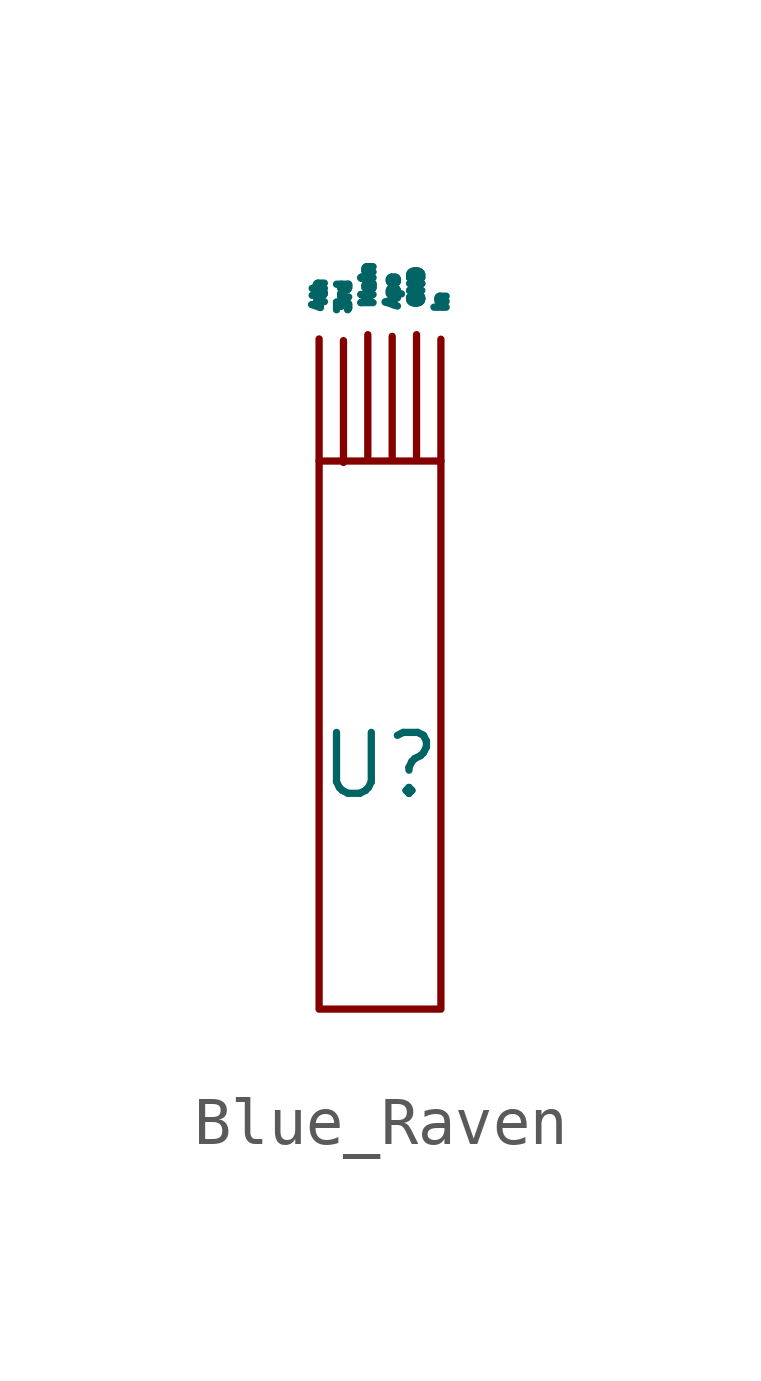
<source format=kicad_sym>
(kicad_symbol_lib
  (version 20231120)
  (generator "kicad_symbol_editor")
  (generator_version "8.0")
  (symbol "Blue_Raven"
    (property "Reference" "U"
      (at 0 0 0)
      (effects (font (size 1.27 1.27))))
    (property "Value" ""
      (at 0 0 0)
      (effects (font (size 1.27 1.27))))
    (symbol "Blue_Raven_0_1"
      (rectangle (start -1.27 6.35) (end 1.27 -5.08) (stroke (width 0) (type default)) (fill (type none))))
    (symbol "Blue_Raven_1_1"
      (pin output line (at -0.762 6.321 90) (length 2.54) (name "3rd" (effects (font (size 0.254 0.254)))) (number "" (effects (font (size 1.27 1.27)))))
      (pin output line (at -1.27 6.356 90) (length 2.54) (name "4th" (effects (font (size 0.254 0.254)))) (number "" (effects (font (size 1.27 1.27)))))
      (pin output line (at 0.254 6.41 90) (length 2.54) (name "Apo" (effects (font (size 0.254 0.254)))) (number "" (effects (font (size 1.27 1.27)))))
      (pin input line (at 0.762 6.445 90) (length 2.54) (name "GND" (effects (font (size 0.254 0.254)))) (number "" (effects (font (size 1.27 1.27)))))
      (pin input line (at 1.27 6.35 90) (length 2.54) (name "In" (effects (font (size 0.254 0.254)))) (number "" (effects (font (size 1.27 1.27)))))
      (pin output line (at -0.254 6.445 90) (length 2.54) (name "Main" (effects (font (size 0.254 0.254)))) (number "" (effects (font (size 1.27 1.27))))))))
</source>
